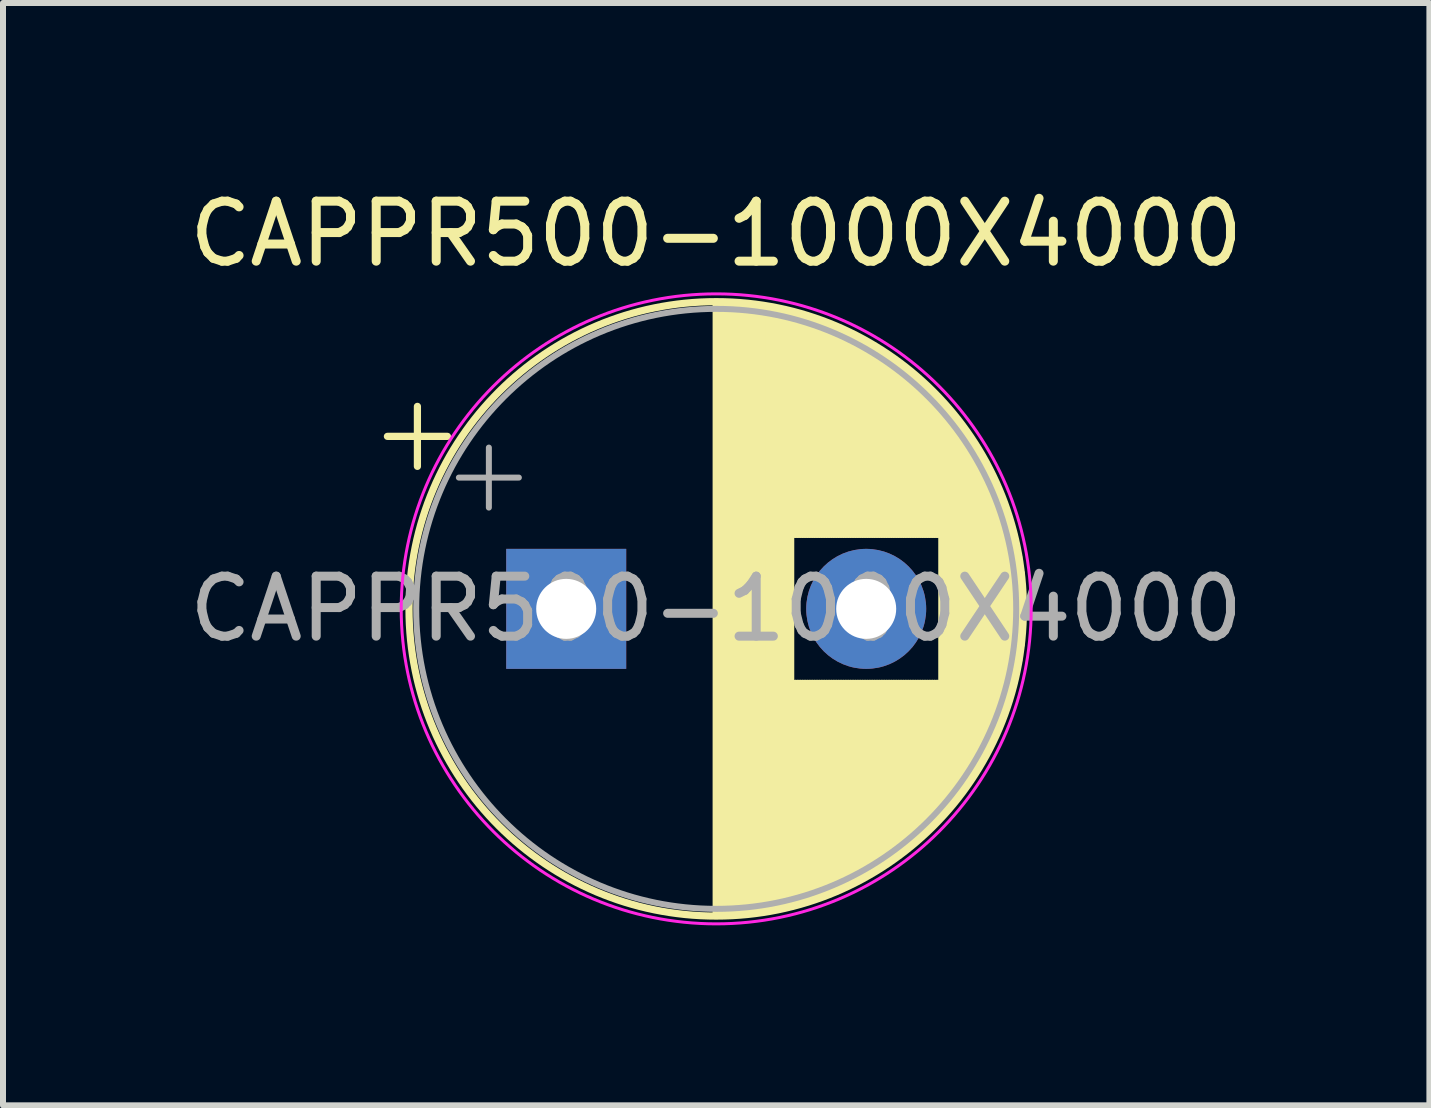
<source format=kicad_pcb>
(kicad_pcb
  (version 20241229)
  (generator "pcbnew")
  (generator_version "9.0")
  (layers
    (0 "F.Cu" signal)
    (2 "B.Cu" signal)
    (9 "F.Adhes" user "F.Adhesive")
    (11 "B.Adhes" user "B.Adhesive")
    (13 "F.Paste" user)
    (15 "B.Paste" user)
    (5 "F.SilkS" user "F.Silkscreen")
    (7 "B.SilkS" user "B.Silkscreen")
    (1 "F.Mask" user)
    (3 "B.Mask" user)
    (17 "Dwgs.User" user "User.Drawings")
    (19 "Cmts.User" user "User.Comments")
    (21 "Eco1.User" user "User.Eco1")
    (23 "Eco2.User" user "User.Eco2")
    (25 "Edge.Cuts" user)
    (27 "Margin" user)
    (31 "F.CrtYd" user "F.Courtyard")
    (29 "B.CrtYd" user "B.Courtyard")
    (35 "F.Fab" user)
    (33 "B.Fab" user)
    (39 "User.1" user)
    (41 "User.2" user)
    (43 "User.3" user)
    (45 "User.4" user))
  (footprint "CAPPR500-1000X4000"
    (layer "F.Cu")
    (at 6.387 7.098)
    (property "Reference" "CAPPR500-1000X4000" (at 2.5 -6.25 0) (layer "F.SilkS") (effects (font (size 1 1) (thickness 0.15))))
    (attr through_hole)
    (fp_line (start -2.98 -2.875) (end -1.98 -2.875) (stroke (width 0.12) (type solid)) (layer "F.SilkS"))
    (fp_line (start -2.48 -3.375) (end -2.48 -2.375) (stroke (width 0.12) (type solid)) (layer "F.SilkS"))
    (fp_line (start 2.5 -5.08) (end 2.5 5.08) (stroke (width 0.12) (type solid)) (layer "F.SilkS"))
    (fp_line (start 2.54 -5.08) (end 2.54 5.08) (stroke (width 0.12) (type solid)) (layer "F.SilkS"))
    (fp_line (start 2.58 -5.08) (end 2.58 5.08) (stroke (width 0.12) (type solid)) (layer "F.SilkS"))
    (fp_line (start 2.62 -5.079) (end 2.62 5.079) (stroke (width 0.12) (type solid)) (layer "F.SilkS"))
    (fp_line (start 2.66 -5.078) (end 2.66 5.078) (stroke (width 0.12) (type solid)) (layer "F.SilkS"))
    (fp_line (start 2.7 -5.077) (end 2.7 5.077) (stroke (width 0.12) (type solid)) (layer "F.SilkS"))
    (fp_line (start 2.74 -5.075) (end 2.74 5.075) (stroke (width 0.12) (type solid)) (layer "F.SilkS"))
    (fp_line (start 2.78 -5.073) (end 2.78 5.073) (stroke (width 0.12) (type solid)) (layer "F.SilkS"))
    (fp_line (start 2.82 -5.07) (end 2.82 5.07) (stroke (width 0.12) (type solid)) (layer "F.SilkS"))
    (fp_line (start 2.86 -5.068) (end 2.86 5.068) (stroke (width 0.12) (type solid)) (layer "F.SilkS"))
    (fp_line (start 2.9 -5.065) (end 2.9 5.065) (stroke (width 0.12) (type solid)) (layer "F.SilkS"))
    (fp_line (start 2.94 -5.062) (end 2.94 5.062) (stroke (width 0.12) (type solid)) (layer "F.SilkS"))
    (fp_line (start 2.98 -5.058) (end 2.98 5.058) (stroke (width 0.12) (type solid)) (layer "F.SilkS"))
    (fp_line (start 3.02 -5.054) (end 3.02 5.054) (stroke (width 0.12) (type solid)) (layer "F.SilkS"))
    (fp_line (start 3.06 -5.05) (end 3.06 5.05) (stroke (width 0.12) (type solid)) (layer "F.SilkS"))
    (fp_line (start 3.1 -5.045) (end 3.1 5.045) (stroke (width 0.12) (type solid)) (layer "F.SilkS"))
    (fp_line (start 3.14 -5.04) (end 3.14 5.04) (stroke (width 0.12) (type solid)) (layer "F.SilkS"))
    (fp_line (start 3.18 -5.035) (end 3.18 5.035) (stroke (width 0.12) (type solid)) (layer "F.SilkS"))
    (fp_line (start 3.221 -5.03) (end 3.221 5.03) (stroke (width 0.12) (type solid)) (layer "F.SilkS"))
    (fp_line (start 3.261 -5.024) (end 3.261 5.024) (stroke (width 0.12) (type solid)) (layer "F.SilkS"))
    (fp_line (start 3.301 -5.018) (end 3.301 5.018) (stroke (width 0.12) (type solid)) (layer "F.SilkS"))
    (fp_line (start 3.341 -5.011) (end 3.341 5.011) (stroke (width 0.12) (type solid)) (layer "F.SilkS"))
    (fp_line (start 3.381 -5.004) (end 3.381 5.004) (stroke (width 0.12) (type solid)) (layer "F.SilkS"))
    (fp_line (start 3.421 -4.997) (end 3.421 4.997) (stroke (width 0.12) (type solid)) (layer "F.SilkS"))
    (fp_line (start 3.461 -4.99) (end 3.461 4.99) (stroke (width 0.12) (type solid)) (layer "F.SilkS"))
    (fp_line (start 3.501 -4.982) (end 3.501 4.982) (stroke (width 0.12) (type solid)) (layer "F.SilkS"))
    (fp_line (start 3.541 -4.974) (end 3.541 4.974) (stroke (width 0.12) (type solid)) (layer "F.SilkS"))
    (fp_line (start 3.581 -4.965) (end 3.581 4.965) (stroke (width 0.12) (type solid)) (layer "F.SilkS"))
    (fp_line (start 3.621 -4.956) (end 3.621 4.956) (stroke (width 0.12) (type solid)) (layer "F.SilkS"))
    (fp_line (start 3.661 -4.947) (end 3.661 4.947) (stroke (width 0.12) (type solid)) (layer "F.SilkS"))
    (fp_line (start 3.701 -4.938) (end 3.701 4.938) (stroke (width 0.12) (type solid)) (layer "F.SilkS"))
    (fp_line (start 3.741 -4.928) (end 3.741 4.928) (stroke (width 0.12) (type solid)) (layer "F.SilkS"))
    (fp_line (start 3.781 -4.918) (end 3.781 -1.241) (stroke (width 0.12) (type solid)) (layer "F.SilkS"))
    (fp_line (start 3.781 1.241) (end 3.781 4.918) (stroke (width 0.12) (type solid)) (layer "F.SilkS"))
    (fp_line (start 3.821 -4.907) (end 3.821 -1.241) (stroke (width 0.12) (type solid)) (layer "F.SilkS"))
    (fp_line (start 3.821 1.241) (end 3.821 4.907) (stroke (width 0.12) (type solid)) (layer "F.SilkS"))
    (fp_line (start 3.861 -4.897) (end 3.861 -1.241) (stroke (width 0.12) (type solid)) (layer "F.SilkS"))
    (fp_line (start 3.861 1.241) (end 3.861 4.897) (stroke (width 0.12) (type solid)) (layer "F.SilkS"))
    (fp_line (start 3.901 -4.885) (end 3.901 -1.241) (stroke (width 0.12) (type solid)) (layer "F.SilkS"))
    (fp_line (start 3.901 1.241) (end 3.901 4.885) (stroke (width 0.12) (type solid)) (layer "F.SilkS"))
    (fp_line (start 3.941 -4.874) (end 3.941 -1.241) (stroke (width 0.12) (type solid)) (layer "F.SilkS"))
    (fp_line (start 3.941 1.241) (end 3.941 4.874) (stroke (width 0.12) (type solid)) (layer "F.SilkS"))
    (fp_line (start 3.981 -4.862) (end 3.981 -1.241) (stroke (width 0.12) (type solid)) (layer "F.SilkS"))
    (fp_line (start 3.981 1.241) (end 3.981 4.862) (stroke (width 0.12) (type solid)) (layer "F.SilkS"))
    (fp_line (start 4.021 -4.85) (end 4.021 -1.241) (stroke (width 0.12) (type solid)) (layer "F.SilkS"))
    (fp_line (start 4.021 1.241) (end 4.021 4.85) (stroke (width 0.12) (type solid)) (layer "F.SilkS"))
    (fp_line (start 4.061 -4.837) (end 4.061 -1.241) (stroke (width 0.12) (type solid)) (layer "F.SilkS"))
    (fp_line (start 4.061 1.241) (end 4.061 4.837) (stroke (width 0.12) (type solid)) (layer "F.SilkS"))
    (fp_line (start 4.101 -4.824) (end 4.101 -1.241) (stroke (width 0.12) (type solid)) (layer "F.SilkS"))
    (fp_line (start 4.101 1.241) (end 4.101 4.824) (stroke (width 0.12) (type solid)) (layer "F.SilkS"))
    (fp_line (start 4.141 -4.811) (end 4.141 -1.241) (stroke (width 0.12) (type solid)) (layer "F.SilkS"))
    (fp_line (start 4.141 1.241) (end 4.141 4.811) (stroke (width 0.12) (type solid)) (layer "F.SilkS"))
    (fp_line (start 4.181 -4.797) (end 4.181 -1.241) (stroke (width 0.12) (type solid)) (layer "F.SilkS"))
    (fp_line (start 4.181 1.241) (end 4.181 4.797) (stroke (width 0.12) (type solid)) (layer "F.SilkS"))
    (fp_line (start 4.221 -4.783) (end 4.221 -1.241) (stroke (width 0.12) (type solid)) (layer "F.SilkS"))
    (fp_line (start 4.221 1.241) (end 4.221 4.783) (stroke (width 0.12) (type solid)) (layer "F.SilkS"))
    (fp_line (start 4.261 -4.768) (end 4.261 -1.241) (stroke (width 0.12) (type solid)) (layer "F.SilkS"))
    (fp_line (start 4.261 1.241) (end 4.261 4.768) (stroke (width 0.12) (type solid)) (layer "F.SilkS"))
    (fp_line (start 4.301 -4.754) (end 4.301 -1.241) (stroke (width 0.12) (type solid)) (layer "F.SilkS"))
    (fp_line (start 4.301 1.241) (end 4.301 4.754) (stroke (width 0.12) (type solid)) (layer "F.SilkS"))
    (fp_line (start 4.341 -4.738) (end 4.341 -1.241) (stroke (width 0.12) (type solid)) (layer "F.SilkS"))
    (fp_line (start 4.341 1.241) (end 4.341 4.738) (stroke (width 0.12) (type solid)) (layer "F.SilkS"))
    (fp_line (start 4.381 -4.723) (end 4.381 -1.241) (stroke (width 0.12) (type solid)) (layer "F.SilkS"))
    (fp_line (start 4.381 1.241) (end 4.381 4.723) (stroke (width 0.12) (type solid)) (layer "F.SilkS"))
    (fp_line (start 4.421 -4.707) (end 4.421 -1.241) (stroke (width 0.12) (type solid)) (layer "F.SilkS"))
    (fp_line (start 4.421 1.241) (end 4.421 4.707) (stroke (width 0.12) (type solid)) (layer "F.SilkS"))
    (fp_line (start 4.461 -4.69) (end 4.461 -1.241) (stroke (width 0.12) (type solid)) (layer "F.SilkS"))
    (fp_line (start 4.461 1.241) (end 4.461 4.69) (stroke (width 0.12) (type solid)) (layer "F.SilkS"))
    (fp_line (start 4.501 -4.674) (end 4.501 -1.241) (stroke (width 0.12) (type solid)) (layer "F.SilkS"))
    (fp_line (start 4.501 1.241) (end 4.501 4.674) (stroke (width 0.12) (type solid)) (layer "F.SilkS"))
    (fp_line (start 4.541 -4.657) (end 4.541 -1.241) (stroke (width 0.12) (type solid)) (layer "F.SilkS"))
    (fp_line (start 4.541 1.241) (end 4.541 4.657) (stroke (width 0.12) (type solid)) (layer "F.SilkS"))
    (fp_line (start 4.581 -4.639) (end 4.581 -1.241) (stroke (width 0.12) (type solid)) (layer "F.SilkS"))
    (fp_line (start 4.581 1.241) (end 4.581 4.639) (stroke (width 0.12) (type solid)) (layer "F.SilkS"))
    (fp_line (start 4.621 -4.621) (end 4.621 -1.241) (stroke (width 0.12) (type solid)) (layer "F.SilkS"))
    (fp_line (start 4.621 1.241) (end 4.621 4.621) (stroke (width 0.12) (type solid)) (layer "F.SilkS"))
    (fp_line (start 4.661 -4.603) (end 4.661 -1.241) (stroke (width 0.12) (type solid)) (layer "F.SilkS"))
    (fp_line (start 4.661 1.241) (end 4.661 4.603) (stroke (width 0.12) (type solid)) (layer "F.SilkS"))
    (fp_line (start 4.701 -4.584) (end 4.701 -1.241) (stroke (width 0.12) (type solid)) (layer "F.SilkS"))
    (fp_line (start 4.701 1.241) (end 4.701 4.584) (stroke (width 0.12) (type solid)) (layer "F.SilkS"))
    (fp_line (start 4.741 -4.564) (end 4.741 -1.241) (stroke (width 0.12) (type solid)) (layer "F.SilkS"))
    (fp_line (start 4.741 1.241) (end 4.741 4.564) (stroke (width 0.12) (type solid)) (layer "F.SilkS"))
    (fp_line (start 4.781 -4.545) (end 4.781 -1.241) (stroke (width 0.12) (type solid)) (layer "F.SilkS"))
    (fp_line (start 4.781 1.241) (end 4.781 4.545) (stroke (width 0.12) (type solid)) (layer "F.SilkS"))
    (fp_line (start 4.821 -4.525) (end 4.821 -1.241) (stroke (width 0.12) (type solid)) (layer "F.SilkS"))
    (fp_line (start 4.821 1.241) (end 4.821 4.525) (stroke (width 0.12) (type solid)) (layer "F.SilkS"))
    (fp_line (start 4.861 -4.504) (end 4.861 -1.241) (stroke (width 0.12) (type solid)) (layer "F.SilkS"))
    (fp_line (start 4.861 1.241) (end 4.861 4.504) (stroke (width 0.12) (type solid)) (layer "F.SilkS"))
    (fp_line (start 4.901 -4.483) (end 4.901 -1.241) (stroke (width 0.12) (type solid)) (layer "F.SilkS"))
    (fp_line (start 4.901 1.241) (end 4.901 4.483) (stroke (width 0.12) (type solid)) (layer "F.SilkS"))
    (fp_line (start 4.941 -4.462) (end 4.941 -1.241) (stroke (width 0.12) (type solid)) (layer "F.SilkS"))
    (fp_line (start 4.941 1.241) (end 4.941 4.462) (stroke (width 0.12) (type solid)) (layer "F.SilkS"))
    (fp_line (start 4.981 -4.44) (end 4.981 -1.241) (stroke (width 0.12) (type solid)) (layer "F.SilkS"))
    (fp_line (start 4.981 1.241) (end 4.981 4.44) (stroke (width 0.12) (type solid)) (layer "F.SilkS"))
    (fp_line (start 5.021 -4.417) (end 5.021 -1.241) (stroke (width 0.12) (type solid)) (layer "F.SilkS"))
    (fp_line (start 5.021 1.241) (end 5.021 4.417) (stroke (width 0.12) (type solid)) (layer "F.SilkS"))
    (fp_line (start 5.061 -4.395) (end 5.061 -1.241) (stroke (width 0.12) (type solid)) (layer "F.SilkS"))
    (fp_line (start 5.061 1.241) (end 5.061 4.395) (stroke (width 0.12) (type solid)) (layer "F.SilkS"))
    (fp_line (start 5.101 -4.371) (end 5.101 -1.241) (stroke (width 0.12) (type solid)) (layer "F.SilkS"))
    (fp_line (start 5.101 1.241) (end 5.101 4.371) (stroke (width 0.12) (type solid)) (layer "F.SilkS"))
    (fp_line (start 5.141 -4.347) (end 5.141 -1.241) (stroke (width 0.12) (type solid)) (layer "F.SilkS"))
    (fp_line (start 5.141 1.241) (end 5.141 4.347) (stroke (width 0.12) (type solid)) (layer "F.SilkS"))
    (fp_line (start 5.181 -4.323) (end 5.181 -1.241) (stroke (width 0.12) (type solid)) (layer "F.SilkS"))
    (fp_line (start 5.181 1.241) (end 5.181 4.323) (stroke (width 0.12) (type solid)) (layer "F.SilkS"))
    (fp_line (start 5.221 -4.298) (end 5.221 -1.241) (stroke (width 0.12) (type solid)) (layer "F.SilkS"))
    (fp_line (start 5.221 1.241) (end 5.221 4.298) (stroke (width 0.12) (type solid)) (layer "F.SilkS"))
    (fp_line (start 5.261 -4.273) (end 5.261 -1.241) (stroke (width 0.12) (type solid)) (layer "F.SilkS"))
    (fp_line (start 5.261 1.241) (end 5.261 4.273) (stroke (width 0.12) (type solid)) (layer "F.SilkS"))
    (fp_line (start 5.301 -4.247) (end 5.301 -1.241) (stroke (width 0.12) (type solid)) (layer "F.SilkS"))
    (fp_line (start 5.301 1.241) (end 5.301 4.247) (stroke (width 0.12) (type solid)) (layer "F.SilkS"))
    (fp_line (start 5.341 -4.221) (end 5.341 -1.241) (stroke (width 0.12) (type solid)) (layer "F.SilkS"))
    (fp_line (start 5.341 1.241) (end 5.341 4.221) (stroke (width 0.12) (type solid)) (layer "F.SilkS"))
    (fp_line (start 5.381 -4.194) (end 5.381 -1.241) (stroke (width 0.12) (type solid)) (layer "F.SilkS"))
    (fp_line (start 5.381 1.241) (end 5.381 4.194) (stroke (width 0.12) (type solid)) (layer "F.SilkS"))
    (fp_line (start 5.421 -4.166) (end 5.421 -1.241) (stroke (width 0.12) (type solid)) (layer "F.SilkS"))
    (fp_line (start 5.421 1.241) (end 5.421 4.166) (stroke (width 0.12) (type solid)) (layer "F.SilkS"))
    (fp_line (start 5.461 -4.138) (end 5.461 -1.241) (stroke (width 0.12) (type solid)) (layer "F.SilkS"))
    (fp_line (start 5.461 1.241) (end 5.461 4.138) (stroke (width 0.12) (type solid)) (layer "F.SilkS"))
    (fp_line (start 5.501 -4.11) (end 5.501 -1.241) (stroke (width 0.12) (type solid)) (layer "F.SilkS"))
    (fp_line (start 5.501 1.241) (end 5.501 4.11) (stroke (width 0.12) (type solid)) (layer "F.SilkS"))
    (fp_line (start 5.541 -4.08) (end 5.541 -1.241) (stroke (width 0.12) (type solid)) (layer "F.SilkS"))
    (fp_line (start 5.541 1.241) (end 5.541 4.08) (stroke (width 0.12) (type solid)) (layer "F.SilkS"))
    (fp_line (start 5.581 -4.05) (end 5.581 -1.241) (stroke (width 0.12) (type solid)) (layer "F.SilkS"))
    (fp_line (start 5.581 1.241) (end 5.581 4.05) (stroke (width 0.12) (type solid)) (layer "F.SilkS"))
    (fp_line (start 5.621 -4.02) (end 5.621 -1.241) (stroke (width 0.12) (type solid)) (layer "F.SilkS"))
    (fp_line (start 5.621 1.241) (end 5.621 4.02) (stroke (width 0.12) (type solid)) (layer "F.SilkS"))
    (fp_line (start 5.661 -3.989) (end 5.661 -1.241) (stroke (width 0.12) (type solid)) (layer "F.SilkS"))
    (fp_line (start 5.661 1.241) (end 5.661 3.989) (stroke (width 0.12) (type solid)) (layer "F.SilkS"))
    (fp_line (start 5.701 -3.957) (end 5.701 -1.241) (stroke (width 0.12) (type solid)) (layer "F.SilkS"))
    (fp_line (start 5.701 1.241) (end 5.701 3.957) (stroke (width 0.12) (type solid)) (layer "F.SilkS"))
    (fp_line (start 5.741 -3.925) (end 5.741 -1.241) (stroke (width 0.12) (type solid)) (layer "F.SilkS"))
    (fp_line (start 5.741 1.241) (end 5.741 3.925) (stroke (width 0.12) (type solid)) (layer "F.SilkS"))
    (fp_line (start 5.781 -3.892) (end 5.781 -1.241) (stroke (width 0.12) (type solid)) (layer "F.SilkS"))
    (fp_line (start 5.781 1.241) (end 5.781 3.892) (stroke (width 0.12) (type solid)) (layer "F.SilkS"))
    (fp_line (start 5.821 -3.858) (end 5.821 -1.241) (stroke (width 0.12) (type solid)) (layer "F.SilkS"))
    (fp_line (start 5.821 1.241) (end 5.821 3.858) (stroke (width 0.12) (type solid)) (layer "F.SilkS"))
    (fp_line (start 5.861 -3.824) (end 5.861 -1.241) (stroke (width 0.12) (type solid)) (layer "F.SilkS"))
    (fp_line (start 5.861 1.241) (end 5.861 3.824) (stroke (width 0.12) (type solid)) (layer "F.SilkS"))
    (fp_line (start 5.901 -3.789) (end 5.901 -1.241) (stroke (width 0.12) (type solid)) (layer "F.SilkS"))
    (fp_line (start 5.901 1.241) (end 5.901 3.789) (stroke (width 0.12) (type solid)) (layer "F.SilkS"))
    (fp_line (start 5.941 -3.753) (end 5.941 -1.241) (stroke (width 0.12) (type solid)) (layer "F.SilkS"))
    (fp_line (start 5.941 1.241) (end 5.941 3.753) (stroke (width 0.12) (type solid)) (layer "F.SilkS"))
    (fp_line (start 5.981 -3.716) (end 5.981 -1.241) (stroke (width 0.12) (type solid)) (layer "F.SilkS"))
    (fp_line (start 5.981 1.241) (end 5.981 3.716) (stroke (width 0.12) (type solid)) (layer "F.SilkS"))
    (fp_line (start 6.021 -3.679) (end 6.021 -1.241) (stroke (width 0.12) (type solid)) (layer "F.SilkS"))
    (fp_line (start 6.021 1.241) (end 6.021 3.679) (stroke (width 0.12) (type solid)) (layer "F.SilkS"))
    (fp_line (start 6.061 -3.64) (end 6.061 -1.241) (stroke (width 0.12) (type solid)) (layer "F.SilkS"))
    (fp_line (start 6.061 1.241) (end 6.061 3.64) (stroke (width 0.12) (type solid)) (layer "F.SilkS"))
    (fp_line (start 6.101 -3.601) (end 6.101 -1.241) (stroke (width 0.12) (type solid)) (layer "F.SilkS"))
    (fp_line (start 6.101 1.241) (end 6.101 3.601) (stroke (width 0.12) (type solid)) (layer "F.SilkS"))
    (fp_line (start 6.141 -3.561) (end 6.141 -1.241) (stroke (width 0.12) (type solid)) (layer "F.SilkS"))
    (fp_line (start 6.141 1.241) (end 6.141 3.561) (stroke (width 0.12) (type solid)) (layer "F.SilkS"))
    (fp_line (start 6.181 -3.52) (end 6.181 -1.241) (stroke (width 0.12) (type solid)) (layer "F.SilkS"))
    (fp_line (start 6.181 1.241) (end 6.181 3.52) (stroke (width 0.12) (type solid)) (layer "F.SilkS"))
    (fp_line (start 6.221 -3.478) (end 6.221 -1.241) (stroke (width 0.12) (type solid)) (layer "F.SilkS"))
    (fp_line (start 6.221 1.241) (end 6.221 3.478) (stroke (width 0.12) (type solid)) (layer "F.SilkS"))
    (fp_line (start 6.261 -3.436) (end 6.261 3.436) (stroke (width 0.12) (type solid)) (layer "F.SilkS"))
    (fp_line (start 6.301 -3.392) (end 6.301 3.392) (stroke (width 0.12) (type solid)) (layer "F.SilkS"))
    (fp_line (start 6.341 -3.347) (end 6.341 3.347) (stroke (width 0.12) (type solid)) (layer "F.SilkS"))
    (fp_line (start 6.381 -3.301) (end 6.381 3.301) (stroke (width 0.12) (type solid)) (layer "F.SilkS"))
    (fp_line (start 6.421 -3.254) (end 6.421 3.254) (stroke (width 0.12) (type solid)) (layer "F.SilkS"))
    (fp_line (start 6.461 -3.206) (end 6.461 3.206) (stroke (width 0.12) (type solid)) (layer "F.SilkS"))
    (fp_line (start 6.501 -3.156) (end 6.501 3.156) (stroke (width 0.12) (type solid)) (layer "F.SilkS"))
    (fp_line (start 6.541 -3.106) (end 6.541 3.106) (stroke (width 0.12) (type solid)) (layer "F.SilkS"))
    (fp_line (start 6.581 -3.054) (end 6.581 3.054) (stroke (width 0.12) (type solid)) (layer "F.SilkS"))
    (fp_line (start 6.621 -3) (end 6.621 3) (stroke (width 0.12) (type solid)) (layer "F.SilkS"))
    (fp_line (start 6.661 -2.945) (end 6.661 2.945) (stroke (width 0.12) (type solid)) (layer "F.SilkS"))
    (fp_line (start 6.701 -2.889) (end 6.701 2.889) (stroke (width 0.12) (type solid)) (layer "F.SilkS"))
    (fp_line (start 6.741 -2.83) (end 6.741 2.83) (stroke (width 0.12) (type solid)) (layer "F.SilkS"))
    (fp_line (start 6.781 -2.77) (end 6.781 2.77) (stroke (width 0.12) (type solid)) (layer "F.SilkS"))
    (fp_line (start 6.821 -2.709) (end 6.821 2.709) (stroke (width 0.12) (type solid)) (layer "F.SilkS"))
    (fp_line (start 6.861 -2.645) (end 6.861 2.645) (stroke (width 0.12) (type solid)) (layer "F.SilkS"))
    (fp_line (start 6.901 -2.579) (end 6.901 2.579) (stroke (width 0.12) (type solid)) (layer "F.SilkS"))
    (fp_line (start 6.941 -2.51) (end 6.941 2.51) (stroke (width 0.12) (type solid)) (layer "F.SilkS"))
    (fp_line (start 6.981 -2.439) (end 6.981 2.439) (stroke (width 0.12) (type solid)) (layer "F.SilkS"))
    (fp_line (start 7.021 -2.365) (end 7.021 2.365) (stroke (width 0.12) (type solid)) (layer "F.SilkS"))
    (fp_line (start 7.061 -2.289) (end 7.061 2.289) (stroke (width 0.12) (type solid)) (layer "F.SilkS"))
    (fp_line (start 7.101 -2.209) (end 7.101 2.209) (stroke (width 0.12) (type solid)) (layer "F.SilkS"))
    (fp_line (start 7.141 -2.125) (end 7.141 2.125) (stroke (width 0.12) (type solid)) (layer "F.SilkS"))
    (fp_line (start 7.181 -2.037) (end 7.181 2.037) (stroke (width 0.12) (type solid)) (layer "F.SilkS"))
    (fp_line (start 7.221 -1.944) (end 7.221 1.944) (stroke (width 0.12) (type solid)) (layer "F.SilkS"))
    (fp_line (start 7.261 -1.846) (end 7.261 1.846) (stroke (width 0.12) (type solid)) (layer "F.SilkS"))
    (fp_line (start 7.301 -1.742) (end 7.301 1.742) (stroke (width 0.12) (type solid)) (layer "F.SilkS"))
    (fp_line (start 7.341 -1.63) (end 7.341 1.63) (stroke (width 0.12) (type solid)) (layer "F.SilkS"))
    (fp_line (start 7.381 -1.51) (end 7.381 1.51) (stroke (width 0.12) (type solid)) (layer "F.SilkS"))
    (fp_line (start 7.421 -1.378) (end 7.421 1.378) (stroke (width 0.12) (type solid)) (layer "F.SilkS"))
    (fp_line (start 7.461 -1.23) (end 7.461 1.23) (stroke (width 0.12) (type solid)) (layer "F.SilkS"))
    (fp_line (start 7.501 -1.062) (end 7.501 1.062) (stroke (width 0.12) (type solid)) (layer "F.SilkS"))
    (fp_line (start 7.541 -0.862) (end 7.541 0.862) (stroke (width 0.12) (type solid)) (layer "F.SilkS"))
    (fp_line (start 7.581 -0.599) (end 7.581 0.599) (stroke (width 0.12) (type solid)) (layer "F.SilkS"))
    (fp_circle (center 2.5 0) (end 7.62 0) (stroke (width 0.12) (type solid)) (fill no) (layer "F.SilkS"))
    (fp_circle (center 2.5 0) (end 7.75 0) (stroke (width 0.05) (type solid)) (fill no) (layer "F.CrtYd"))
    (fp_line (start -1.789 -2.188) (end -0.789 -2.188) (stroke (width 0.1) (type solid)) (layer "F.Fab"))
    (fp_line (start -1.289 -2.688) (end -1.289 -1.688) (stroke (width 0.1) (type solid)) (layer "F.Fab"))
    (fp_circle (center 2.5 0) (end 7.5 0) (stroke (width 0.1) (type solid)) (fill no) (layer "F.Fab"))
    (fp_text user "${REFERENCE}" (at 2.5 0 0) (layer "F.Fab") (effects (font (size 1 1) (thickness 0.15))))
    (pad "1" thru_hole rect (at 0 0) (size 2 2) (drill 1) (layers "*.Cu" "*.Mask"))
    (pad "2" thru_hole circle (at 5 0) (size 2 2) (drill 1) (layers "*.Cu" "*.Mask")))
  (gr_rect
    (start -3 -3)
    (end 20.774 15.373)
    (stroke (width 0.1) (type default))
    (fill no)
    (layer "Edge.Cuts")))
</source>
